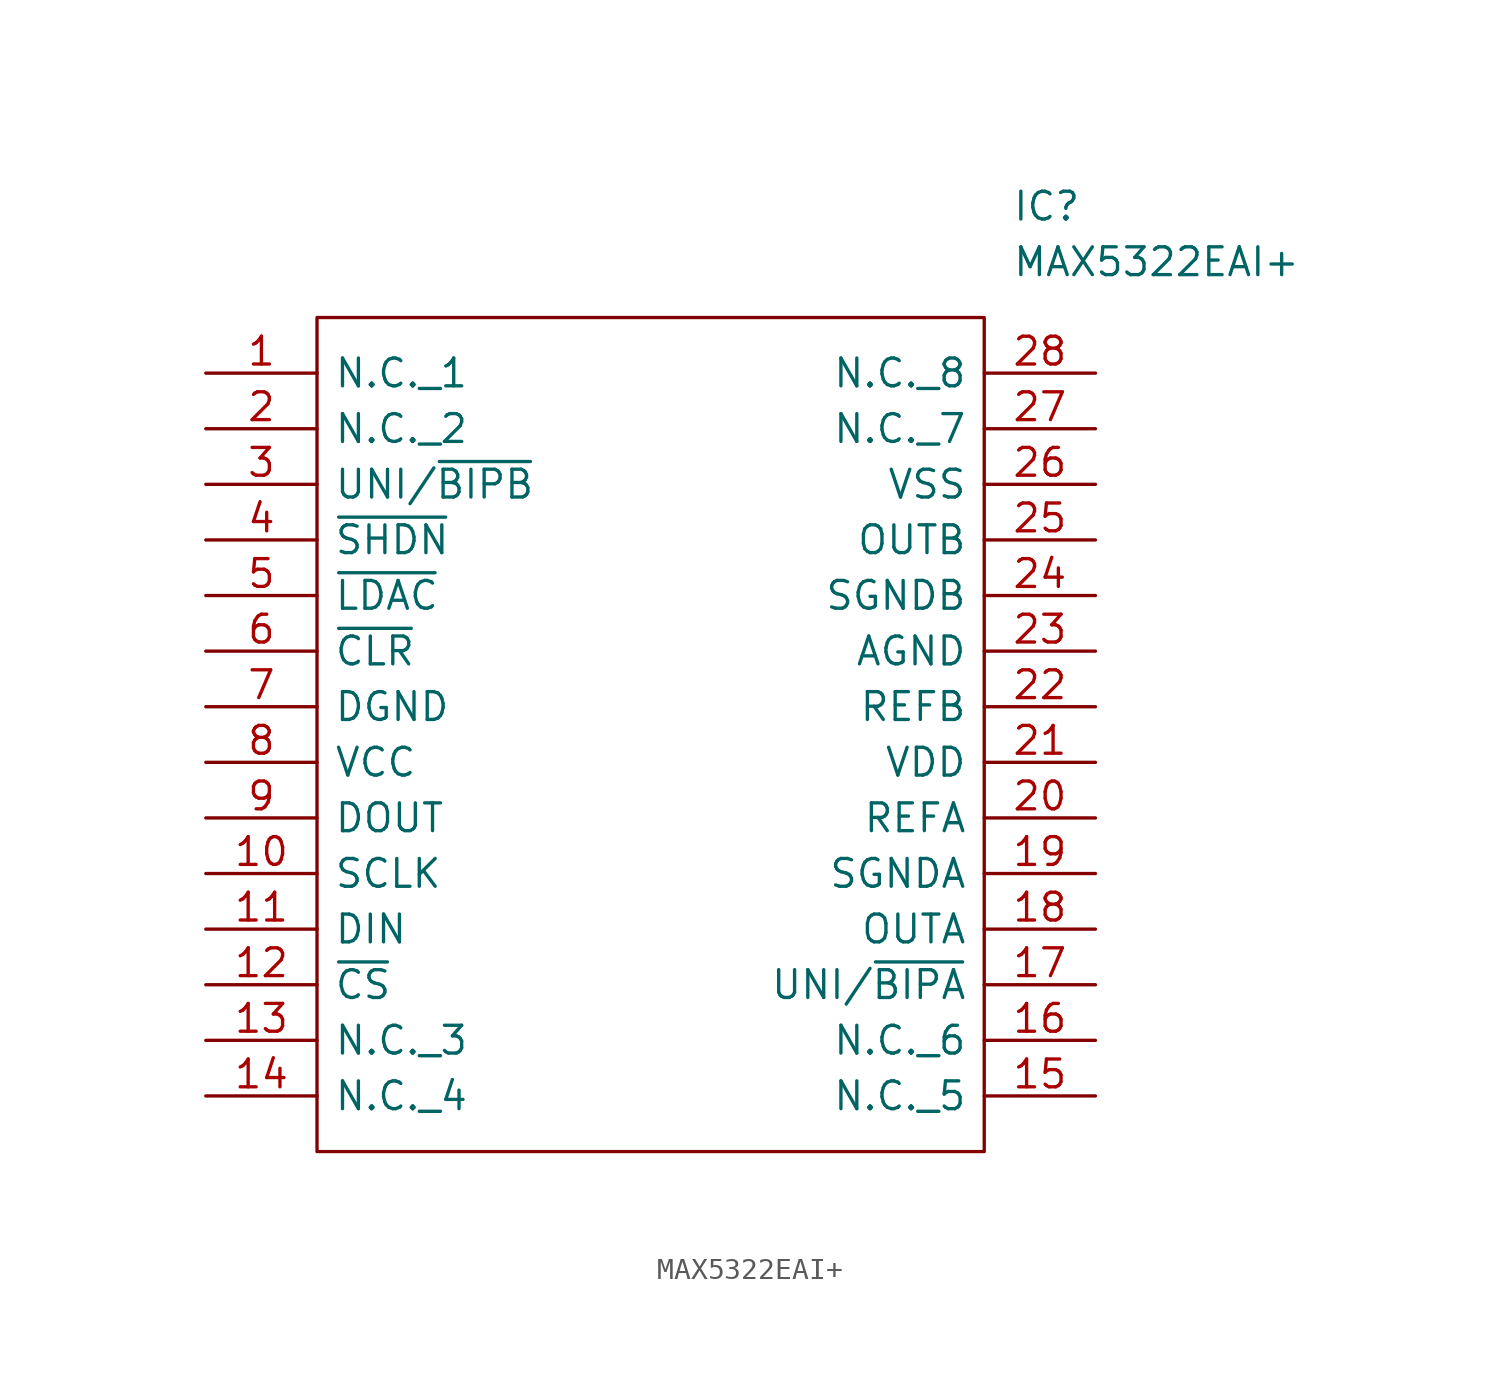
<source format=kicad_sym>
(kicad_symbol_lib
  (version 20220914)
  (generator kicad_symbol_editor)
  (symbol "MAX5322EAI+"
    (pin_names
      (offset 0.762))
    (property "Reference" "IC"
      (at 36.83 7.62 0)
      (effects (font (size 1.27 1.27)) (justify left)))
    (property "Value" "MAX5322EAI+"
      (at 36.83 5.08 0)
      (effects (font (size 1.27 1.27)) (justify left)))
    (symbol "MAX5322EAI+_0_0"
      (pin passive line (at 0 0 0) (length 5.08) (name "N.C._1" (effects (font (size 1.27 1.27)))) (number "1" (effects (font (size 1.27 1.27)))))
      (pin passive line (at 0 -22.86 0) (length 5.08) (name "SCLK" (effects (font (size 1.27 1.27)))) (number "10" (effects (font (size 1.27 1.27)))))
      (pin passive line (at 0 -25.4 0) (length 5.08) (name "DIN" (effects (font (size 1.27 1.27)))) (number "11" (effects (font (size 1.27 1.27)))))
      (pin passive line (at 0 -27.94 0) (length 5.08) (name "~{CS}" (effects (font (size 1.27 1.27)))) (number "12" (effects (font (size 1.27 1.27)))))
      (pin passive line (at 0 -30.48 0) (length 5.08) (name "N.C._3" (effects (font (size 1.27 1.27)))) (number "13" (effects (font (size 1.27 1.27)))))
      (pin passive line (at 0 -33.02 0) (length 5.08) (name "N.C._4" (effects (font (size 1.27 1.27)))) (number "14" (effects (font (size 1.27 1.27)))))
      (pin passive line (at 40.64 -33.02 180) (length 5.08) (name "N.C._5" (effects (font (size 1.27 1.27)))) (number "15" (effects (font (size 1.27 1.27)))))
      (pin passive line (at 40.64 -30.48 180) (length 5.08) (name "N.C._6" (effects (font (size 1.27 1.27)))) (number "16" (effects (font (size 1.27 1.27)))))
      (pin passive line (at 40.64 -27.94 180) (length 5.08) (name "UNI/~{BIPA}" (effects (font (size 1.27 1.27)))) (number "17" (effects (font (size 1.27 1.27)))))
      (pin passive line (at 40.64 -25.4 180) (length 5.08) (name "OUTA" (effects (font (size 1.27 1.27)))) (number "18" (effects (font (size 1.27 1.27)))))
      (pin passive line (at 40.64 -22.86 180) (length 5.08) (name "SGNDA" (effects (font (size 1.27 1.27)))) (number "19" (effects (font (size 1.27 1.27)))))
      (pin passive line (at 0 -2.54 0) (length 5.08) (name "N.C._2" (effects (font (size 1.27 1.27)))) (number "2" (effects (font (size 1.27 1.27)))))
      (pin passive line (at 40.64 -20.32 180) (length 5.08) (name "REFA" (effects (font (size 1.27 1.27)))) (number "20" (effects (font (size 1.27 1.27)))))
      (pin passive line (at 40.64 -17.78 180) (length 5.08) (name "VDD" (effects (font (size 1.27 1.27)))) (number "21" (effects (font (size 1.27 1.27)))))
      (pin passive line (at 40.64 -15.24 180) (length 5.08) (name "REFB" (effects (font (size 1.27 1.27)))) (number "22" (effects (font (size 1.27 1.27)))))
      (pin passive line (at 40.64 -12.7 180) (length 5.08) (name "AGND" (effects (font (size 1.27 1.27)))) (number "23" (effects (font (size 1.27 1.27)))))
      (pin passive line (at 40.64 -10.16 180) (length 5.08) (name "SGNDB" (effects (font (size 1.27 1.27)))) (number "24" (effects (font (size 1.27 1.27)))))
      (pin passive line (at 40.64 -7.62 180) (length 5.08) (name "OUTB" (effects (font (size 1.27 1.27)))) (number "25" (effects (font (size 1.27 1.27)))))
      (pin passive line (at 40.64 -5.08 180) (length 5.08) (name "VSS" (effects (font (size 1.27 1.27)))) (number "26" (effects (font (size 1.27 1.27)))))
      (pin passive line (at 40.64 -2.54 180) (length 5.08) (name "N.C._7" (effects (font (size 1.27 1.27)))) (number "27" (effects (font (size 1.27 1.27)))))
      (pin passive line (at 40.64 0 180) (length 5.08) (name "N.C._8" (effects (font (size 1.27 1.27)))) (number "28" (effects (font (size 1.27 1.27)))))
      (pin passive line (at 0 -5.08 0) (length 5.08) (name "UNI/~{BIPB}" (effects (font (size 1.27 1.27)))) (number "3" (effects (font (size 1.27 1.27)))))
      (pin passive line (at 0 -7.62 0) (length 5.08) (name "~{SHDN}" (effects (font (size 1.27 1.27)))) (number "4" (effects (font (size 1.27 1.27)))))
      (pin passive line (at 0 -10.16 0) (length 5.08) (name "~{LDAC}" (effects (font (size 1.27 1.27)))) (number "5" (effects (font (size 1.27 1.27)))))
      (pin passive line (at 0 -12.7 0) (length 5.08) (name "~{CLR}" (effects (font (size 1.27 1.27)))) (number "6" (effects (font (size 1.27 1.27)))))
      (pin passive line (at 0 -15.24 0) (length 5.08) (name "DGND" (effects (font (size 1.27 1.27)))) (number "7" (effects (font (size 1.27 1.27)))))
      (pin passive line (at 0 -17.78 0) (length 5.08) (name "VCC" (effects (font (size 1.27 1.27)))) (number "8" (effects (font (size 1.27 1.27)))))
      (pin passive line (at 0 -20.32 0) (length 5.08) (name "DOUT" (effects (font (size 1.27 1.27)))) (number "9" (effects (font (size 1.27 1.27))))))
    (symbol "MAX5322EAI+_0_1"
      (polyline (pts (xy 5.08 2.54) (xy 35.56 2.54) (xy 35.56 -35.56) (xy 5.08 -35.56) (xy 5.08 2.54)) (stroke (width 0.152) (type solid)) (fill (type none))))))
</source>
